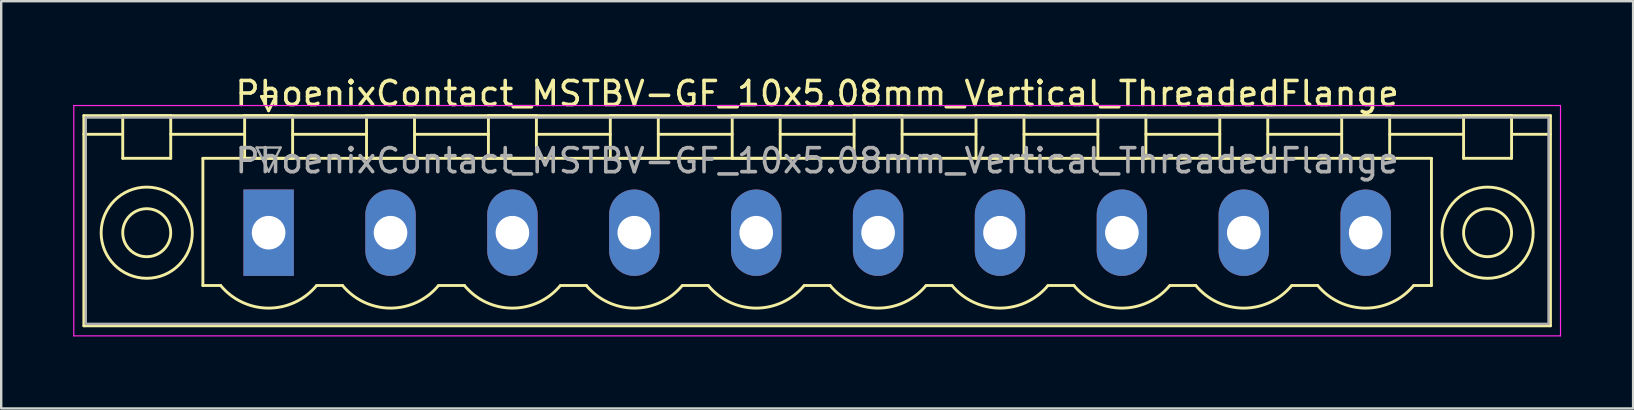
<source format=kicad_pcb>
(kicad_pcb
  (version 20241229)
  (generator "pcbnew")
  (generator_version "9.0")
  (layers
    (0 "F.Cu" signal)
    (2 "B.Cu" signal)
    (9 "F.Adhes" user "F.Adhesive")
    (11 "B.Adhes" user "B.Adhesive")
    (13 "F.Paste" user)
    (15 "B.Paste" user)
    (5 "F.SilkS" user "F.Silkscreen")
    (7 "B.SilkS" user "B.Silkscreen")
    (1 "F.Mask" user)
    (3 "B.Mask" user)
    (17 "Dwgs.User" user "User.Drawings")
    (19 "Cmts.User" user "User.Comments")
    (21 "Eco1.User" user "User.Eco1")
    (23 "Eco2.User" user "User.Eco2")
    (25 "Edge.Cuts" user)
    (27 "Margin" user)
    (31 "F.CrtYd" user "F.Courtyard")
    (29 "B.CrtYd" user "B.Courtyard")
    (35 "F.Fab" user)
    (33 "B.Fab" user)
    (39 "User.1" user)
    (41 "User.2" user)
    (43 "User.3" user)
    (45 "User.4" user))
  (footprint "PhoenixContact_MSTBV-GF_10x5.08mm_Vertical_ThreadedFlange"
    (layer "F.Cu")
    (at 8.145 6.648)
    (property "Reference" "PhoenixContact_MSTBV-GF_10x5.08mm_Vertical_ThreadedFlange" (at 22.86 -5.8 0) (layer "F.SilkS") (effects (font (size 1 1) (thickness 0.15))))
    (attr through_hole)
    (fp_line (start -7.7 -4.88) (end -7.7 3.88) (stroke (width 0.12) (type solid)) (layer "F.SilkS"))
    (fp_line (start -7.7 -4.1) (end -6.16 -4.1) (stroke (width 0.12) (type solid)) (layer "F.SilkS"))
    (fp_line (start -7.7 3.88) (end 53.42 3.88) (stroke (width 0.12) (type solid)) (layer "F.SilkS"))
    (fp_line (start -6.08 -4.88) (end -4.08 -4.88) (stroke (width 0.12) (type solid)) (layer "F.SilkS"))
    (fp_line (start -6.08 -3.1) (end -6.08 -4.88) (stroke (width 0.12) (type solid)) (layer "F.SilkS"))
    (fp_line (start -4.08 -4.88) (end -4.08 -3.1) (stroke (width 0.12) (type solid)) (layer "F.SilkS"))
    (fp_line (start -4.08 -4.1) (end -1 -4.1) (stroke (width 0.12) (type solid)) (layer "F.SilkS"))
    (fp_line (start -4.08 -3.1) (end -6.08 -3.1) (stroke (width 0.12) (type solid)) (layer "F.SilkS"))
    (fp_line (start -2.74 -3.1) (end 48.46 -3.1) (stroke (width 0.12) (type solid)) (layer "F.SilkS"))
    (fp_line (start -2.74 2.2) (end -2.74 -3.1) (stroke (width 0.12) (type solid)) (layer "F.SilkS"))
    (fp_line (start -2 2.2) (end -2.74 2.2) (stroke (width 0.12) (type solid)) (layer "F.SilkS"))
    (fp_line (start -1 -4.88) (end 1 -4.88) (stroke (width 0.12) (type solid)) (layer "F.SilkS"))
    (fp_line (start -1 -3.1) (end -1 -4.88) (stroke (width 0.12) (type solid)) (layer "F.SilkS"))
    (fp_line (start -0.3 -5.68) (end 0.3 -5.68) (stroke (width 0.12) (type solid)) (layer "F.SilkS"))
    (fp_line (start 0 -5.08) (end -0.3 -5.68) (stroke (width 0.12) (type solid)) (layer "F.SilkS"))
    (fp_line (start 0.3 -5.68) (end 0 -5.08) (stroke (width 0.12) (type solid)) (layer "F.SilkS"))
    (fp_line (start 1 -4.88) (end 1 -3.1) (stroke (width 0.12) (type solid)) (layer "F.SilkS"))
    (fp_line (start 1 -4.1) (end 4.08 -4.1) (stroke (width 0.12) (type solid)) (layer "F.SilkS"))
    (fp_line (start 1 -3.1) (end -1 -3.1) (stroke (width 0.12) (type solid)) (layer "F.SilkS"))
    (fp_line (start 2 2.2) (end 3.08 2.2) (stroke (width 0.12) (type solid)) (layer "F.SilkS"))
    (fp_line (start 4.08 -4.88) (end 6.08 -4.88) (stroke (width 0.12) (type solid)) (layer "F.SilkS"))
    (fp_line (start 4.08 -3.1) (end 4.08 -4.88) (stroke (width 0.12) (type solid)) (layer "F.SilkS"))
    (fp_line (start 6.08 -4.88) (end 6.08 -3.1) (stroke (width 0.12) (type solid)) (layer "F.SilkS"))
    (fp_line (start 6.08 -4.1) (end 9.16 -4.1) (stroke (width 0.12) (type solid)) (layer "F.SilkS"))
    (fp_line (start 6.08 -3.1) (end 4.08 -3.1) (stroke (width 0.12) (type solid)) (layer "F.SilkS"))
    (fp_line (start 7.08 2.2) (end 8.16 2.2) (stroke (width 0.12) (type solid)) (layer "F.SilkS"))
    (fp_line (start 9.16 -4.88) (end 11.16 -4.88) (stroke (width 0.12) (type solid)) (layer "F.SilkS"))
    (fp_line (start 9.16 -3.1) (end 9.16 -4.88) (stroke (width 0.12) (type solid)) (layer "F.SilkS"))
    (fp_line (start 11.16 -4.88) (end 11.16 -3.1) (stroke (width 0.12) (type solid)) (layer "F.SilkS"))
    (fp_line (start 11.16 -4.1) (end 14.24 -4.1) (stroke (width 0.12) (type solid)) (layer "F.SilkS"))
    (fp_line (start 11.16 -3.1) (end 9.16 -3.1) (stroke (width 0.12) (type solid)) (layer "F.SilkS"))
    (fp_line (start 12.16 2.2) (end 13.24 2.2) (stroke (width 0.12) (type solid)) (layer "F.SilkS"))
    (fp_line (start 14.24 -4.88) (end 16.24 -4.88) (stroke (width 0.12) (type solid)) (layer "F.SilkS"))
    (fp_line (start 14.24 -3.1) (end 14.24 -4.88) (stroke (width 0.12) (type solid)) (layer "F.SilkS"))
    (fp_line (start 16.24 -4.88) (end 16.24 -3.1) (stroke (width 0.12) (type solid)) (layer "F.SilkS"))
    (fp_line (start 16.24 -4.1) (end 19.32 -4.1) (stroke (width 0.12) (type solid)) (layer "F.SilkS"))
    (fp_line (start 16.24 -3.1) (end 14.24 -3.1) (stroke (width 0.12) (type solid)) (layer "F.SilkS"))
    (fp_line (start 17.24 2.2) (end 18.32 2.2) (stroke (width 0.12) (type solid)) (layer "F.SilkS"))
    (fp_line (start 19.32 -4.88) (end 21.32 -4.88) (stroke (width 0.12) (type solid)) (layer "F.SilkS"))
    (fp_line (start 19.32 -3.1) (end 19.32 -4.88) (stroke (width 0.12) (type solid)) (layer "F.SilkS"))
    (fp_line (start 21.32 -4.88) (end 21.32 -3.1) (stroke (width 0.12) (type solid)) (layer "F.SilkS"))
    (fp_line (start 21.32 -4.1) (end 24.4 -4.1) (stroke (width 0.12) (type solid)) (layer "F.SilkS"))
    (fp_line (start 21.32 -3.1) (end 19.32 -3.1) (stroke (width 0.12) (type solid)) (layer "F.SilkS"))
    (fp_line (start 22.32 2.2) (end 23.4 2.2) (stroke (width 0.12) (type solid)) (layer "F.SilkS"))
    (fp_line (start 24.4 -4.88) (end 26.4 -4.88) (stroke (width 0.12) (type solid)) (layer "F.SilkS"))
    (fp_line (start 24.4 -3.1) (end 24.4 -4.88) (stroke (width 0.12) (type solid)) (layer "F.SilkS"))
    (fp_line (start 26.4 -4.88) (end 26.4 -3.1) (stroke (width 0.12) (type solid)) (layer "F.SilkS"))
    (fp_line (start 26.4 -4.1) (end 29.48 -4.1) (stroke (width 0.12) (type solid)) (layer "F.SilkS"))
    (fp_line (start 26.4 -3.1) (end 24.4 -3.1) (stroke (width 0.12) (type solid)) (layer "F.SilkS"))
    (fp_line (start 27.4 2.2) (end 28.48 2.2) (stroke (width 0.12) (type solid)) (layer "F.SilkS"))
    (fp_line (start 29.48 -4.88) (end 31.48 -4.88) (stroke (width 0.12) (type solid)) (layer "F.SilkS"))
    (fp_line (start 29.48 -3.1) (end 29.48 -4.88) (stroke (width 0.12) (type solid)) (layer "F.SilkS"))
    (fp_line (start 31.48 -4.88) (end 31.48 -3.1) (stroke (width 0.12) (type solid)) (layer "F.SilkS"))
    (fp_line (start 31.48 -4.1) (end 34.56 -4.1) (stroke (width 0.12) (type solid)) (layer "F.SilkS"))
    (fp_line (start 31.48 -3.1) (end 29.48 -3.1) (stroke (width 0.12) (type solid)) (layer "F.SilkS"))
    (fp_line (start 32.48 2.2) (end 33.56 2.2) (stroke (width 0.12) (type solid)) (layer "F.SilkS"))
    (fp_line (start 34.56 -4.88) (end 36.56 -4.88) (stroke (width 0.12) (type solid)) (layer "F.SilkS"))
    (fp_line (start 34.56 -3.1) (end 34.56 -4.88) (stroke (width 0.12) (type solid)) (layer "F.SilkS"))
    (fp_line (start 36.56 -4.88) (end 36.56 -3.1) (stroke (width 0.12) (type solid)) (layer "F.SilkS"))
    (fp_line (start 36.56 -4.1) (end 39.64 -4.1) (stroke (width 0.12) (type solid)) (layer "F.SilkS"))
    (fp_line (start 36.56 -3.1) (end 34.56 -3.1) (stroke (width 0.12) (type solid)) (layer "F.SilkS"))
    (fp_line (start 37.56 2.2) (end 38.64 2.2) (stroke (width 0.12) (type solid)) (layer "F.SilkS"))
    (fp_line (start 39.64 -4.88) (end 41.64 -4.88) (stroke (width 0.12) (type solid)) (layer "F.SilkS"))
    (fp_line (start 39.64 -3.1) (end 39.64 -4.88) (stroke (width 0.12) (type solid)) (layer "F.SilkS"))
    (fp_line (start 41.64 -4.88) (end 41.64 -3.1) (stroke (width 0.12) (type solid)) (layer "F.SilkS"))
    (fp_line (start 41.64 -4.1) (end 44.72 -4.1) (stroke (width 0.12) (type solid)) (layer "F.SilkS"))
    (fp_line (start 41.64 -3.1) (end 39.64 -3.1) (stroke (width 0.12) (type solid)) (layer "F.SilkS"))
    (fp_line (start 42.64 2.2) (end 43.72 2.2) (stroke (width 0.12) (type solid)) (layer "F.SilkS"))
    (fp_line (start 44.72 -4.88) (end 46.72 -4.88) (stroke (width 0.12) (type solid)) (layer "F.SilkS"))
    (fp_line (start 44.72 -3.1) (end 44.72 -4.88) (stroke (width 0.12) (type solid)) (layer "F.SilkS"))
    (fp_line (start 46.72 -4.88) (end 46.72 -3.1) (stroke (width 0.12) (type solid)) (layer "F.SilkS"))
    (fp_line (start 46.72 -4.1) (end 49.8 -4.1) (stroke (width 0.12) (type solid)) (layer "F.SilkS"))
    (fp_line (start 46.72 -3.1) (end 44.72 -3.1) (stroke (width 0.12) (type solid)) (layer "F.SilkS"))
    (fp_line (start 48.46 -3.1) (end 48.46 2.2) (stroke (width 0.12) (type solid)) (layer "F.SilkS"))
    (fp_line (start 48.46 2.2) (end 47.72 2.2) (stroke (width 0.12) (type solid)) (layer "F.SilkS"))
    (fp_line (start 49.8 -4.88) (end 51.8 -4.88) (stroke (width 0.12) (type solid)) (layer "F.SilkS"))
    (fp_line (start 49.8 -3.1) (end 49.8 -4.88) (stroke (width 0.12) (type solid)) (layer "F.SilkS"))
    (fp_line (start 51.8 -4.88) (end 51.8 -3.1) (stroke (width 0.12) (type solid)) (layer "F.SilkS"))
    (fp_line (start 51.8 -3.1) (end 49.8 -3.1) (stroke (width 0.12) (type solid)) (layer "F.SilkS"))
    (fp_line (start 53.42 -4.88) (end -7.7 -4.88) (stroke (width 0.12) (type solid)) (layer "F.SilkS"))
    (fp_line (start 53.42 -4.1) (end 51.88 -4.1) (stroke (width 0.12) (type solid)) (layer "F.SilkS"))
    (fp_line (start 53.42 3.88) (end 53.42 -4.88) (stroke (width 0.12) (type solid)) (layer "F.SilkS"))
    (fp_arc (start 1.986842 2.215821) (mid -0.010289 3.142758) (end -2 2.2) (stroke (width 0.12) (type solid)) (layer "F.SilkS"))
    (fp_arc (start 7.066842 2.215821) (mid 5.069711 3.142758) (end 3.08 2.2) (stroke (width 0.12) (type solid)) (layer "F.SilkS"))
    (fp_arc (start 12.146842 2.215821) (mid 10.149711 3.142758) (end 8.16 2.2) (stroke (width 0.12) (type solid)) (layer "F.SilkS"))
    (fp_arc (start 17.226842 2.215821) (mid 15.229711 3.142758) (end 13.24 2.2) (stroke (width 0.12) (type solid)) (layer "F.SilkS"))
    (fp_arc (start 22.306842 2.215821) (mid 20.309711 3.142758) (end 18.32 2.2) (stroke (width 0.12) (type solid)) (layer "F.SilkS"))
    (fp_arc (start 27.386842 2.215821) (mid 25.389711 3.142758) (end 23.4 2.2) (stroke (width 0.12) (type solid)) (layer "F.SilkS"))
    (fp_arc (start 32.466842 2.215821) (mid 30.469711 3.142758) (end 28.48 2.2) (stroke (width 0.12) (type solid)) (layer "F.SilkS"))
    (fp_arc (start 37.546842 2.215821) (mid 35.549711 3.142758) (end 33.56 2.2) (stroke (width 0.12) (type solid)) (layer "F.SilkS"))
    (fp_arc (start 42.626842 2.215821) (mid 40.629711 3.142758) (end 38.64 2.2) (stroke (width 0.12) (type solid)) (layer "F.SilkS"))
    (fp_arc (start 47.706842 2.215821) (mid 45.709711 3.142758) (end 43.72 2.2) (stroke (width 0.12) (type solid)) (layer "F.SilkS"))
    (fp_circle (center -5.08 0) (end -4.08 0) (stroke (width 0.12) (type solid)) (fill no) (layer "F.SilkS"))
    (fp_circle (center -5.08 0) (end -3.18 0) (stroke (width 0.12) (type solid)) (fill no) (layer "F.SilkS"))
    (fp_circle (center 50.8 0) (end 51.8 0) (stroke (width 0.12) (type solid)) (fill no) (layer "F.SilkS"))
    (fp_circle (center 50.8 0) (end 52.7 0) (stroke (width 0.12) (type solid)) (fill no) (layer "F.SilkS"))
    (fp_line (start -8.12 -5.3) (end -8.12 4.3) (stroke (width 0.05) (type solid)) (layer "F.CrtYd"))
    (fp_line (start -8.12 4.3) (end 53.84 4.3) (stroke (width 0.05) (type solid)) (layer "F.CrtYd"))
    (fp_line (start 53.84 -5.3) (end -8.12 -5.3) (stroke (width 0.05) (type solid)) (layer "F.CrtYd"))
    (fp_line (start 53.84 4.3) (end 53.84 -5.3) (stroke (width 0.05) (type solid)) (layer "F.CrtYd"))
    (fp_line (start -7.62 -4.8) (end -7.62 3.8) (stroke (width 0.1) (type solid)) (layer "F.Fab"))
    (fp_line (start -7.62 3.8) (end 53.34 3.8) (stroke (width 0.1) (type solid)) (layer "F.Fab"))
    (fp_line (start -0.5 -3.55) (end 0.5 -3.55) (stroke (width 0.1) (type solid)) (layer "F.Fab"))
    (fp_line (start 0 -2.55) (end -0.5 -3.55) (stroke (width 0.1) (type solid)) (layer "F.Fab"))
    (fp_line (start 0.5 -3.55) (end 0 -2.55) (stroke (width 0.1) (type solid)) (layer "F.Fab"))
    (fp_line (start 53.34 -4.8) (end -7.62 -4.8) (stroke (width 0.1) (type solid)) (layer "F.Fab"))
    (fp_line (start 53.34 3.8) (end 53.34 -4.8) (stroke (width 0.1) (type solid)) (layer "F.Fab"))
    (fp_text user "${REFERENCE}" (at 22.86 -3 0) (layer "F.Fab") (effects (font (size 1 1) (thickness 0.15))))
    (pad "1" thru_hole rect (at 0 0) (size 2.1 3.6) (drill 1.4) (layers "*.Cu" "*.Mask"))
    (pad "2" thru_hole oval (at 5.08 0) (size 2.1 3.6) (drill 1.4) (layers "*.Cu" "*.Mask"))
    (pad "3" thru_hole oval (at 10.16 0) (size 2.1 3.6) (drill 1.4) (layers "*.Cu" "*.Mask"))
    (pad "4" thru_hole oval (at 15.24 0) (size 2.1 3.6) (drill 1.4) (layers "*.Cu" "*.Mask"))
    (pad "5" thru_hole oval (at 20.32 0) (size 2.1 3.6) (drill 1.4) (layers "*.Cu" "*.Mask"))
    (pad "6" thru_hole oval (at 25.4 0) (size 2.1 3.6) (drill 1.4) (layers "*.Cu" "*.Mask"))
    (pad "7" thru_hole oval (at 30.48 0) (size 2.1 3.6) (drill 1.4) (layers "*.Cu" "*.Mask"))
    (pad "8" thru_hole oval (at 35.56 0) (size 2.1 3.6) (drill 1.4) (layers "*.Cu" "*.Mask"))
    (pad "9" thru_hole oval (at 40.64 0) (size 2.1 3.6) (drill 1.4) (layers "*.Cu" "*.Mask"))
    (pad "10" thru_hole oval (at 45.72 0) (size 2.1 3.6) (drill 1.4) (layers "*.Cu" "*.Mask")))
  (gr_rect
    (start -3 -3)
    (end 65.01 13.973)
    (stroke (width 0.1) (type default))
    (fill no)
    (layer "Edge.Cuts")))
</source>
